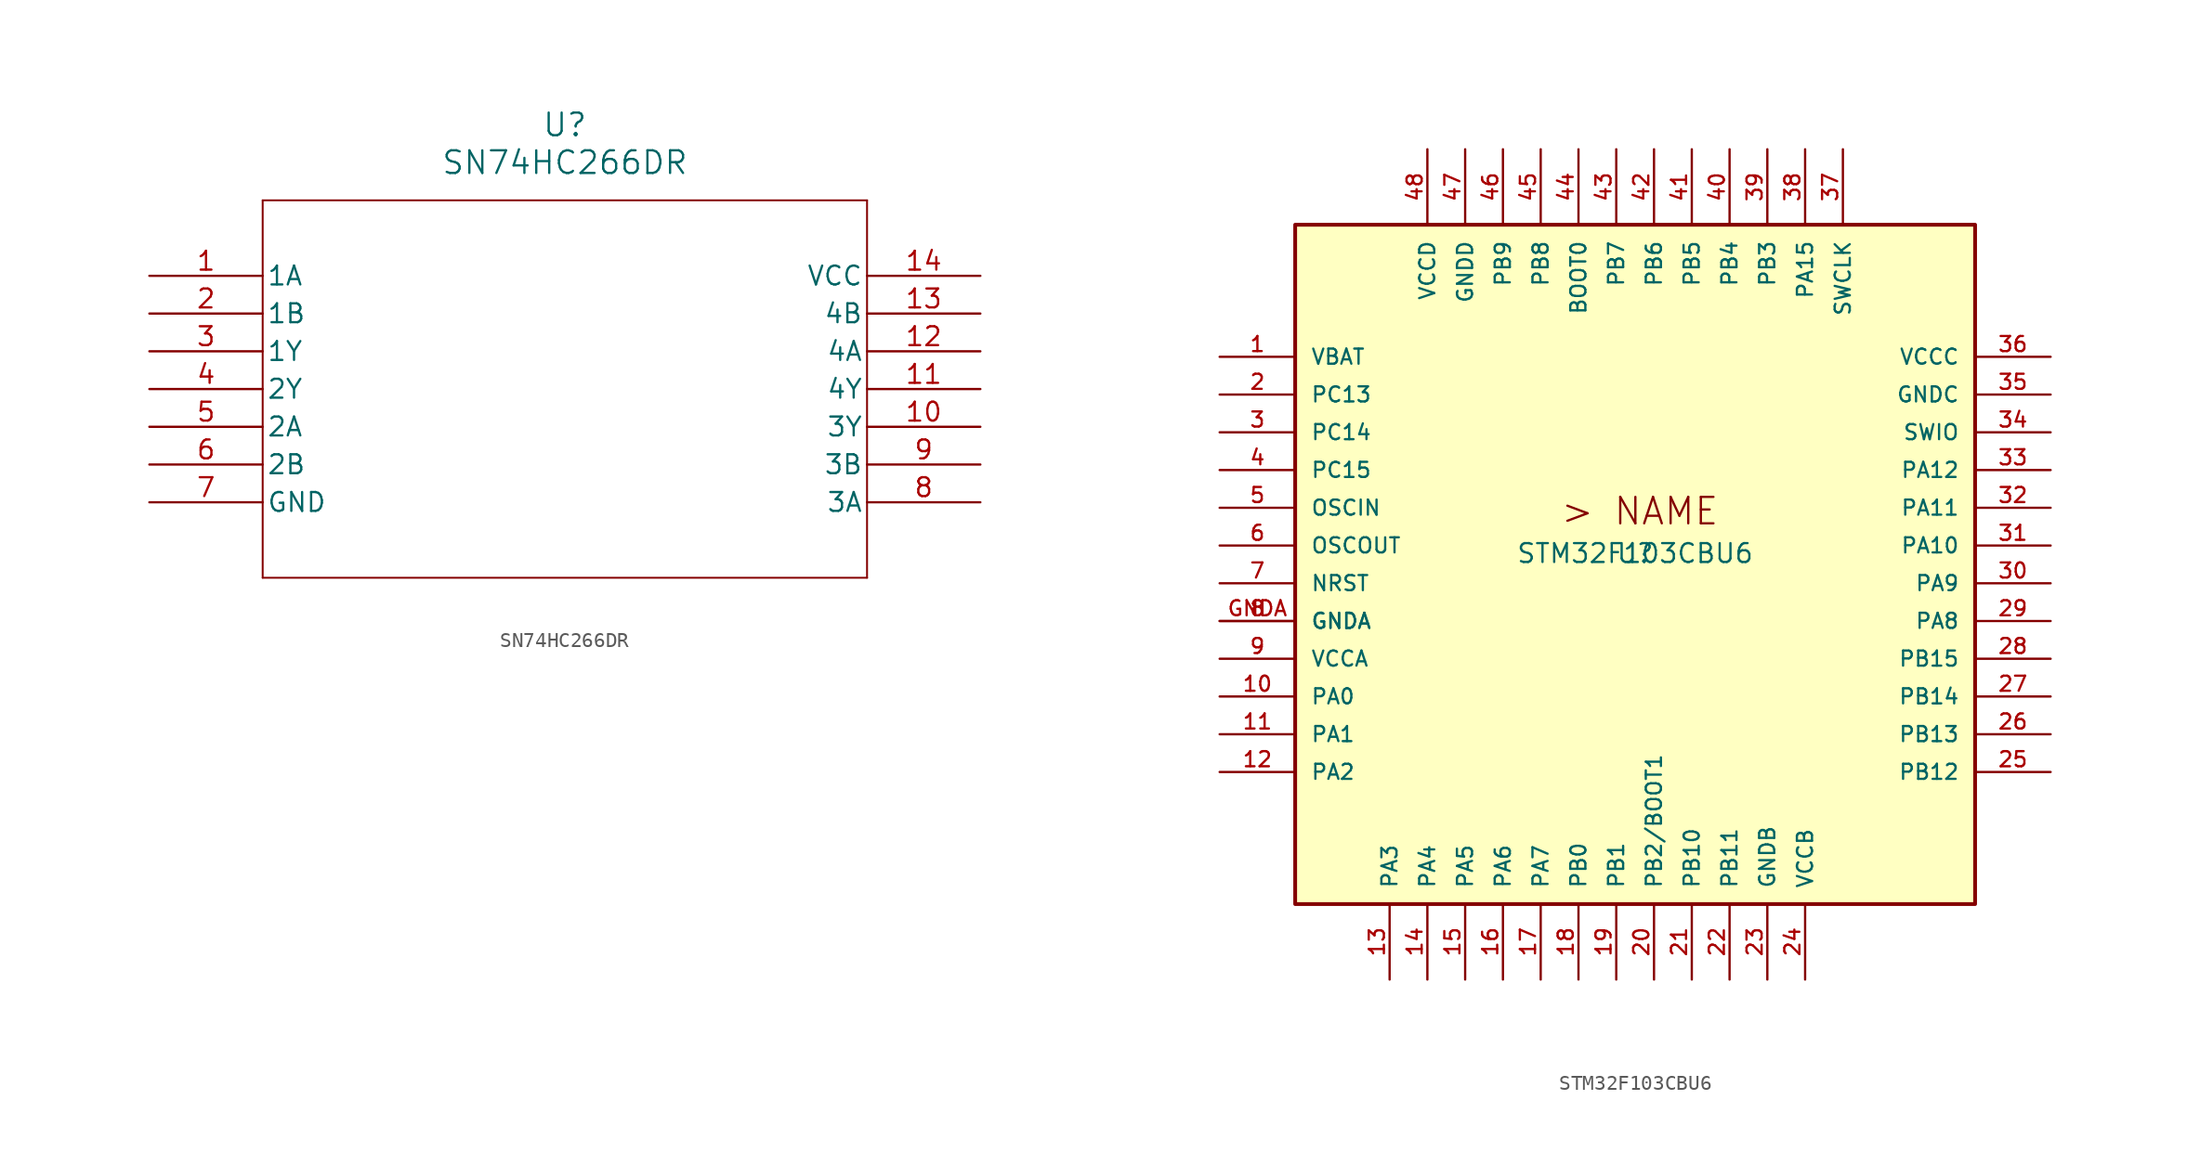
<source format=kicad_sym>
(kicad_symbol_lib
  (version 20220914)
  (generator kicad_symbol_editor)
  (symbol "SN74HC266DR"
    (pin_names
      (offset 0.254))
    (property "Reference" "U"
      (at 27.94 10.16 0)
      (effects (font (size 1.524 1.524))))
    (property "Value" "SN74HC266DR"
      (at 27.94 7.62 0)
      (effects (font (size 1.524 1.524))))
    (symbol "SN74HC266DR_0_1"
      (polyline (pts (xy 7.62 -20.32) (xy 48.26 -20.32)) (stroke (width 0.127) (type default)) (fill (type none)))
      (polyline (pts (xy 7.62 5.08) (xy 7.62 -20.32)) (stroke (width 0.127) (type default)) (fill (type none)))
      (polyline (pts (xy 48.26 -20.32) (xy 48.26 5.08)) (stroke (width 0.127) (type default)) (fill (type none)))
      (polyline (pts (xy 48.26 5.08) (xy 7.62 5.08)) (stroke (width 0.127) (type default)) (fill (type none)))
      (pin input line (at 0 0 0) (length 7.62) (name "1A" (effects (font (size 1.27 1.27)))) (number "1" (effects (font (size 1.27 1.27)))))
      (pin output line (at 55.88 -10.16 180) (length 7.62) (name "3Y" (effects (font (size 1.27 1.27)))) (number "10" (effects (font (size 1.27 1.27)))))
      (pin output line (at 55.88 -7.62 180) (length 7.62) (name "4Y" (effects (font (size 1.27 1.27)))) (number "11" (effects (font (size 1.27 1.27)))))
      (pin input line (at 55.88 -5.08 180) (length 7.62) (name "4A" (effects (font (size 1.27 1.27)))) (number "12" (effects (font (size 1.27 1.27)))))
      (pin input line (at 55.88 -2.54 180) (length 7.62) (name "4B" (effects (font (size 1.27 1.27)))) (number "13" (effects (font (size 1.27 1.27)))))
      (pin power_in line (at 55.88 0 180) (length 7.62) (name "VCC" (effects (font (size 1.27 1.27)))) (number "14" (effects (font (size 1.27 1.27)))))
      (pin input line (at 0 -2.54 0) (length 7.62) (name "1B" (effects (font (size 1.27 1.27)))) (number "2" (effects (font (size 1.27 1.27)))))
      (pin output line (at 0 -5.08 0) (length 7.62) (name "1Y" (effects (font (size 1.27 1.27)))) (number "3" (effects (font (size 1.27 1.27)))))
      (pin output line (at 0 -7.62 0) (length 7.62) (name "2Y" (effects (font (size 1.27 1.27)))) (number "4" (effects (font (size 1.27 1.27)))))
      (pin input line (at 0 -10.16 0) (length 7.62) (name "2A" (effects (font (size 1.27 1.27)))) (number "5" (effects (font (size 1.27 1.27)))))
      (pin input line (at 0 -12.7 0) (length 7.62) (name "2B" (effects (font (size 1.27 1.27)))) (number "6" (effects (font (size 1.27 1.27)))))
      (pin power_in line (at 0 -15.24 0) (length 7.62) (name "GND" (effects (font (size 1.27 1.27)))) (number "7" (effects (font (size 1.27 1.27)))))
      (pin input line (at 55.88 -15.24 180) (length 7.62) (name "3A" (effects (font (size 1.27 1.27)))) (number "8" (effects (font (size 1.27 1.27)))))
      (pin input line (at 55.88 -12.7 180) (length 7.62) (name "3B" (effects (font (size 1.27 1.27)))) (number "9" (effects (font (size 1.27 1.27)))))))
  (symbol "STM32F103CBU6"
    (pin_names
      (offset 1.016))
    (property "Reference" "U"
      (at 0 0 0)
      (effects (font (size 1.27 1.27)) (justify bottom)))
    (property "Value" "STM32F103CBU6"
      (at 0 0 0)
      (effects (font (size 1.27 1.27)) (justify bottom)))
    (symbol "STM32F103CBU6_0_0"
      (rectangle (start -22.86 -22.86) (end 22.86 22.86) (stroke (width 0.254) (type default)) (fill (type background)))
      (text "> NAME" (at -5.08 2.54 0) (effects (font (size 1.778 1.778)) (justify left bottom)))
      (pin bidirectional line (at -27.94 13.97 0) (length 5.08) (name "VBAT" (effects (font (size 1.016 1.016)))) (number "1" (effects (font (size 1.016 1.016)))))
      (pin bidirectional line (at -27.94 -8.89 0) (length 5.08) (name "PA0" (effects (font (size 1.016 1.016)))) (number "10" (effects (font (size 1.016 1.016)))))
      (pin bidirectional line (at -27.94 -11.43 0) (length 5.08) (name "PA1" (effects (font (size 1.016 1.016)))) (number "11" (effects (font (size 1.016 1.016)))))
      (pin bidirectional line (at -27.94 -13.97 0) (length 5.08) (name "PA2" (effects (font (size 1.016 1.016)))) (number "12" (effects (font (size 1.016 1.016)))))
      (pin bidirectional line (at -16.51 -27.94 90) (length 5.08) (name "PA3" (effects (font (size 1.016 1.016)))) (number "13" (effects (font (size 1.016 1.016)))))
      (pin bidirectional line (at -13.97 -27.94 90) (length 5.08) (name "PA4" (effects (font (size 1.016 1.016)))) (number "14" (effects (font (size 1.016 1.016)))))
      (pin bidirectional line (at -11.43 -27.94 90) (length 5.08) (name "PA5" (effects (font (size 1.016 1.016)))) (number "15" (effects (font (size 1.016 1.016)))))
      (pin bidirectional line (at -8.89 -27.94 90) (length 5.08) (name "PA6" (effects (font (size 1.016 1.016)))) (number "16" (effects (font (size 1.016 1.016)))))
      (pin bidirectional line (at -6.35 -27.94 90) (length 5.08) (name "PA7" (effects (font (size 1.016 1.016)))) (number "17" (effects (font (size 1.016 1.016)))))
      (pin bidirectional line (at -3.81 -27.94 90) (length 5.08) (name "PB0" (effects (font (size 1.016 1.016)))) (number "18" (effects (font (size 1.016 1.016)))))
      (pin bidirectional line (at -1.27 -27.94 90) (length 5.08) (name "PB1" (effects (font (size 1.016 1.016)))) (number "19" (effects (font (size 1.016 1.016)))))
      (pin bidirectional line (at -27.94 11.43 0) (length 5.08) (name "PC13" (effects (font (size 1.016 1.016)))) (number "2" (effects (font (size 1.016 1.016)))))
      (pin bidirectional line (at 1.27 -27.94 90) (length 5.08) (name "PB2/BOOT1" (effects (font (size 1.016 1.016)))) (number "20" (effects (font (size 1.016 1.016)))))
      (pin bidirectional line (at 3.81 -27.94 90) (length 5.08) (name "PB10" (effects (font (size 1.016 1.016)))) (number "21" (effects (font (size 1.016 1.016)))))
      (pin bidirectional line (at 6.35 -27.94 90) (length 5.08) (name "PB11" (effects (font (size 1.016 1.016)))) (number "22" (effects (font (size 1.016 1.016)))))
      (pin bidirectional line (at 8.89 -27.94 90) (length 5.08) (name "GNDB" (effects (font (size 1.016 1.016)))) (number "23" (effects (font (size 1.016 1.016)))))
      (pin bidirectional line (at 11.43 -27.94 90) (length 5.08) (name "VCCB" (effects (font (size 1.016 1.016)))) (number "24" (effects (font (size 1.016 1.016)))))
      (pin bidirectional line (at 27.94 -13.97 180) (length 5.08) (name "PB12" (effects (font (size 1.016 1.016)))) (number "25" (effects (font (size 1.016 1.016)))))
      (pin bidirectional line (at 27.94 -11.43 180) (length 5.08) (name "PB13" (effects (font (size 1.016 1.016)))) (number "26" (effects (font (size 1.016 1.016)))))
      (pin bidirectional line (at 27.94 -8.89 180) (length 5.08) (name "PB14" (effects (font (size 1.016 1.016)))) (number "27" (effects (font (size 1.016 1.016)))))
      (pin bidirectional line (at 27.94 -6.35 180) (length 5.08) (name "PB15" (effects (font (size 1.016 1.016)))) (number "28" (effects (font (size 1.016 1.016)))))
      (pin bidirectional line (at 27.94 -3.81 180) (length 5.08) (name "PA8" (effects (font (size 1.016 1.016)))) (number "29" (effects (font (size 1.016 1.016)))))
      (pin bidirectional line (at -27.94 8.89 0) (length 5.08) (name "PC14" (effects (font (size 1.016 1.016)))) (number "3" (effects (font (size 1.016 1.016)))))
      (pin bidirectional line (at 27.94 -1.27 180) (length 5.08) (name "PA9" (effects (font (size 1.016 1.016)))) (number "30" (effects (font (size 1.016 1.016)))))
      (pin bidirectional line (at 27.94 1.27 180) (length 5.08) (name "PA10" (effects (font (size 1.016 1.016)))) (number "31" (effects (font (size 1.016 1.016)))))
      (pin bidirectional line (at 27.94 3.81 180) (length 5.08) (name "PA11" (effects (font (size 1.016 1.016)))) (number "32" (effects (font (size 1.016 1.016)))))
      (pin bidirectional line (at 27.94 6.35 180) (length 5.08) (name "PA12" (effects (font (size 1.016 1.016)))) (number "33" (effects (font (size 1.016 1.016)))))
      (pin bidirectional line (at 27.94 8.89 180) (length 5.08) (name "SWIO" (effects (font (size 1.016 1.016)))) (number "34" (effects (font (size 1.016 1.016)))))
      (pin bidirectional line (at 27.94 11.43 180) (length 5.08) (name "GNDC" (effects (font (size 1.016 1.016)))) (number "35" (effects (font (size 1.016 1.016)))))
      (pin bidirectional line (at 27.94 13.97 180) (length 5.08) (name "VCCC" (effects (font (size 1.016 1.016)))) (number "36" (effects (font (size 1.016 1.016)))))
      (pin bidirectional line (at 13.97 27.94 270) (length 5.08) (name "SWCLK" (effects (font (size 1.016 1.016)))) (number "37" (effects (font (size 1.016 1.016)))))
      (pin bidirectional line (at 11.43 27.94 270) (length 5.08) (name "PA15" (effects (font (size 1.016 1.016)))) (number "38" (effects (font (size 1.016 1.016)))))
      (pin bidirectional line (at 8.89 27.94 270) (length 5.08) (name "PB3" (effects (font (size 1.016 1.016)))) (number "39" (effects (font (size 1.016 1.016)))))
      (pin bidirectional line (at -27.94 6.35 0) (length 5.08) (name "PC15" (effects (font (size 1.016 1.016)))) (number "4" (effects (font (size 1.016 1.016)))))
      (pin bidirectional line (at 6.35 27.94 270) (length 5.08) (name "PB4" (effects (font (size 1.016 1.016)))) (number "40" (effects (font (size 1.016 1.016)))))
      (pin bidirectional line (at 3.81 27.94 270) (length 5.08) (name "PB5" (effects (font (size 1.016 1.016)))) (number "41" (effects (font (size 1.016 1.016)))))
      (pin bidirectional line (at 1.27 27.94 270) (length 5.08) (name "PB6" (effects (font (size 1.016 1.016)))) (number "42" (effects (font (size 1.016 1.016)))))
      (pin bidirectional line (at -1.27 27.94 270) (length 5.08) (name "PB7" (effects (font (size 1.016 1.016)))) (number "43" (effects (font (size 1.016 1.016)))))
      (pin bidirectional line (at -3.81 27.94 270) (length 5.08) (name "BOOT0" (effects (font (size 1.016 1.016)))) (number "44" (effects (font (size 1.016 1.016)))))
      (pin bidirectional line (at -6.35 27.94 270) (length 5.08) (name "PB8" (effects (font (size 1.016 1.016)))) (number "45" (effects (font (size 1.016 1.016)))))
      (pin bidirectional line (at -8.89 27.94 270) (length 5.08) (name "PB9" (effects (font (size 1.016 1.016)))) (number "46" (effects (font (size 1.016 1.016)))))
      (pin bidirectional line (at -11.43 27.94 270) (length 5.08) (name "GNDD" (effects (font (size 1.016 1.016)))) (number "47" (effects (font (size 1.016 1.016)))))
      (pin bidirectional line (at -13.97 27.94 270) (length 5.08) (name "VCCD" (effects (font (size 1.016 1.016)))) (number "48" (effects (font (size 1.016 1.016)))))
      (pin bidirectional line (at -27.94 3.81 0) (length 5.08) (name "OSCIN" (effects (font (size 1.016 1.016)))) (number "5" (effects (font (size 1.016 1.016)))))
      (pin bidirectional line (at -27.94 1.27 0) (length 5.08) (name "OSCOUT" (effects (font (size 1.016 1.016)))) (number "6" (effects (font (size 1.016 1.016)))))
      (pin bidirectional line (at -27.94 -1.27 0) (length 5.08) (name "NRST" (effects (font (size 1.016 1.016)))) (number "7" (effects (font (size 1.016 1.016)))))
      (pin bidirectional line (at -27.94 -3.81 0) (length 5.08) (name "GNDA" (effects (font (size 1.016 1.016)))) (number "8" (effects (font (size 1.016 1.016)))))
      (pin bidirectional line (at -27.94 -6.35 0) (length 5.08) (name "VCCA" (effects (font (size 1.016 1.016)))) (number "9" (effects (font (size 1.016 1.016)))))
      (pin bidirectional line (at -27.94 -3.81 0) (length 5.08) (name "GNDA" (effects (font (size 1.016 1.016)))) (number "GNDA" (effects (font (size 1.016 1.016))))))))
</source>
